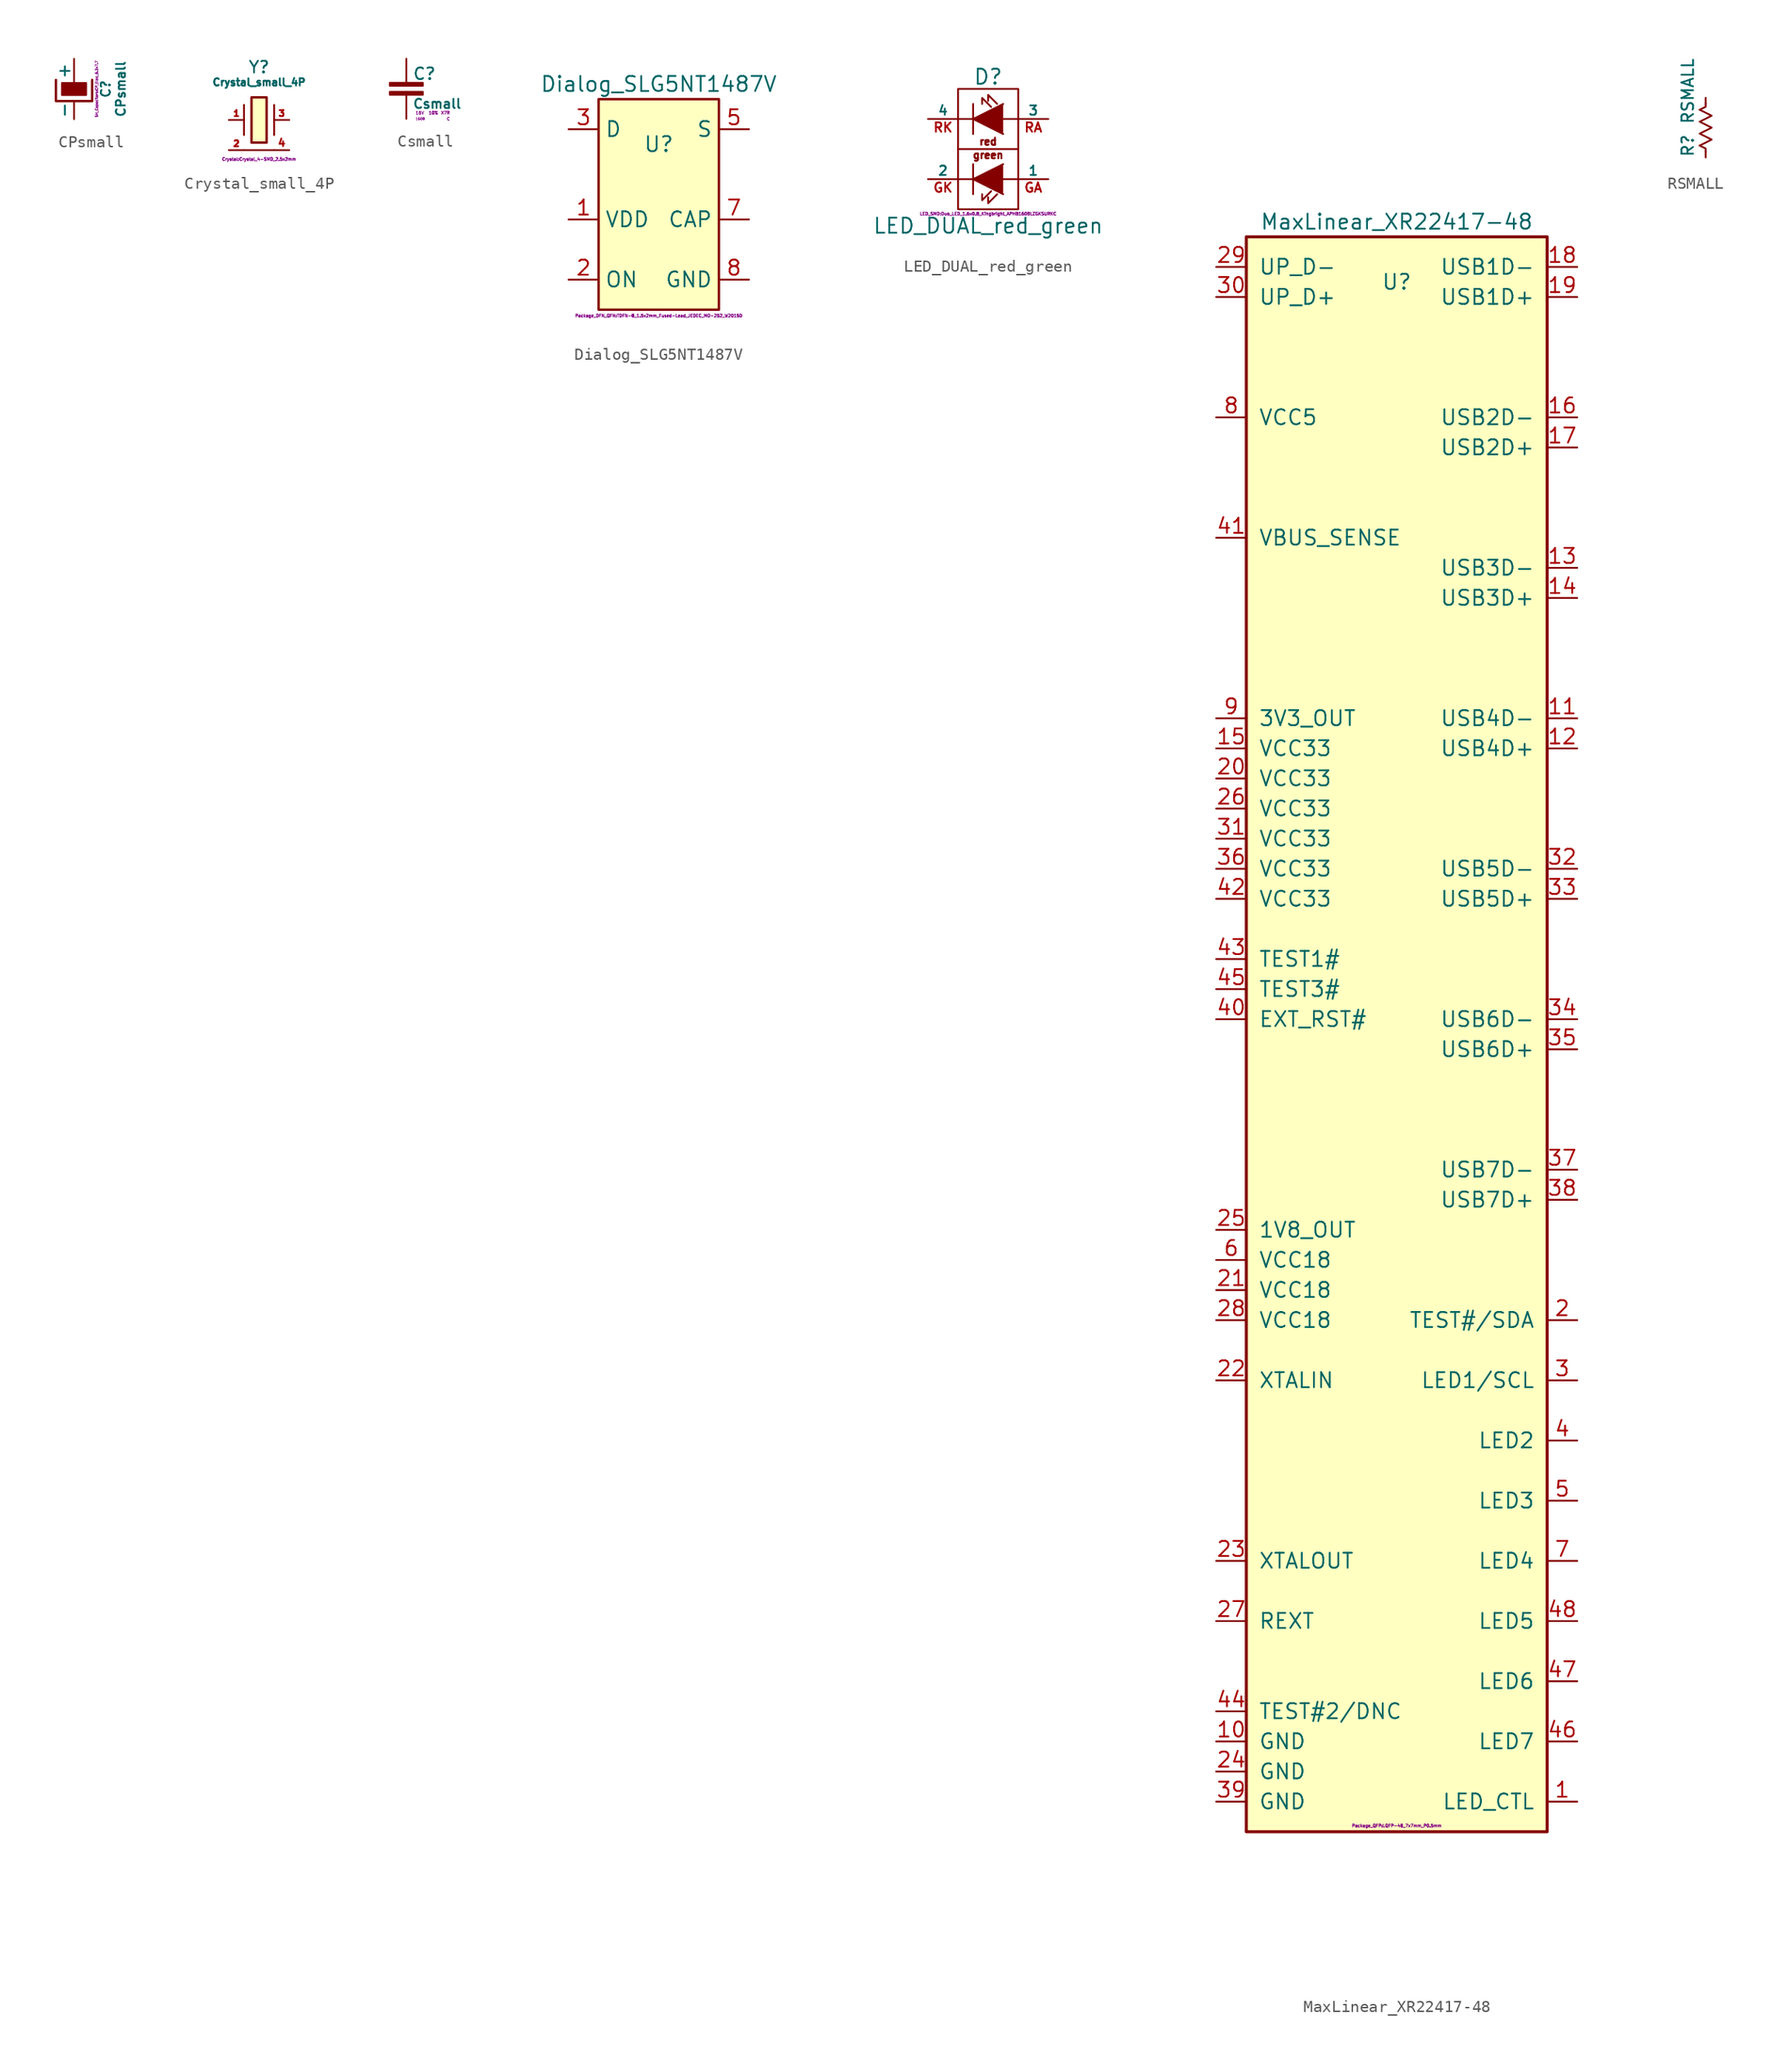
<source format=kicad_sym>
(kicad_symbol_lib
  (version 20220914)
  (generator kicad_symbol_editor)
  (symbol "CPsmall"
    (pin_numbers hide)
    (pin_names
      (offset 0))
    (property "Reference" "C"
      (at 2.667 0 90)
      (effects (font (size 0.762 0.762))))
    (property "Value" "CPsmall"
      (at 3.937 0 90)
      (effects (font (size 0.762 0.762))))
    (property "Footprint" "SH_Capacitors:CP_Elec_6.3x7.7"
      (at 1.905 0 90)
      (effects (font (size 0.203 0.203))))
    (property "Datasheet" ""
      (at 0 0 0)
      (effects (font (size 1.524 1.524))))
    (symbol "CPsmall_0_1"
      (rectangle (start -1.016 0.508) (end 1.016 -0.508) (stroke (width 0) (type default)) (fill (type outline)))
      (polyline (pts (xy 1.524 0.762) (xy 1.524 -1.016) (xy -1.524 -1.016) (xy -1.524 0.762)) (stroke (width 0.203) (type default)) (fill (type none))))
    (symbol "CPsmall_1_1"
      (pin passive line (at 0 2.54 270) (length 2.032) (name "+" (effects (font (size 1.016 1.016)))) (number "1" (effects (font (size 1.016 1.016)))))
      (pin passive line (at 0 -2.54 90) (length 1.524) (name "-" (effects (font (size 1.016 1.016)))) (number "2" (effects (font (size 1.016 1.016)))))))
  (symbol "Crystal_small_4P"
    (pin_names
      (offset 0.025) hide)
    (property "Reference" "Y"
      (at 0 4.445 0)
      (effects (font (size 0.991 0.991))))
    (property "Value" "Crystal_small_4P"
      (at 0 3.175 0)
      (effects (font (size 0.61 0.61))))
    (property "Footprint" "Crystal:Crystal_4-SMD_2.5x2mm"
      (at 0 -3.302 0)
      (effects (font (size 0.254 0.254))))
    (property "Datasheet" ""
      (at 0 0 0)
      (effects (font (size 0.991 0.991))))
    (symbol "Crystal_small_4P_0_1"
      (rectangle (start -0.635 1.905) (end 0.635 -1.905) (stroke (width 0.203) (type default)) (fill (type background)))
      (polyline (pts (xy -1.27 -2.54) (xy 1.27 -2.54)) (stroke (width 0.152) (type default)) (fill (type none)))
      (polyline (pts (xy -1.27 1.27) (xy -1.27 -1.27)) (stroke (width 0) (type default)) (fill (type none)))
      (polyline (pts (xy 1.27 1.27) (xy 1.27 -1.27)) (stroke (width 0) (type default)) (fill (type none))))
    (symbol "Crystal_small_4P_1_1"
      (pin passive line (at -2.54 0 0) (length 1.27) (name "~" (effects (font (size 0.508 0.508)))) (number "1" (effects (font (size 0.508 0.508)))))
      (pin passive line (at -2.54 -2.54 0) (length 1.27) (name "GND" (effects (font (size 0.508 0.508)))) (number "2" (effects (font (size 0.508 0.508)))))
      (pin passive line (at 2.54 0 180) (length 1.27) (name "~" (effects (font (size 0.508 0.508)))) (number "3" (effects (font (size 0.508 0.508)))))
      (pin passive line (at 2.54 -2.54 180) (length 1.27) (name "GND" (effects (font (size 0.61 0.61)))) (number "4" (effects (font (size 0.61 0.61)))))))
  (symbol "Csmall"
    (pin_numbers hide)
    (pin_names
      (offset 0.254))
    (property "Reference" "C"
      (at 0.508 1.27 0)
      (effects (font (size 0.991 0.991)) (justify left)))
    (property "Value" "Csmall"
      (at 0.508 -1.27 0)
      (effects (font (size 0.787 0.787)) (justify left)))
    (property "Voltage" "16V"
      (at 0.762 -2.032 0)
      (effects (font (size 0.254 0.254) bold) (justify left)))
    (property "Tolerance" "10%"
      (at 2.286 -2.032 0)
      (effects (font (size 0.254 0.254))))
    (property "Package" "1608"
      (at 0.762 -2.54 0)
      (effects (font (size 0.203 0.203) bold) (justify left)))
    (property "Footprint_Density" "C"
      (at 3.556 -2.54 0)
      (effects (font (size 0.254 0.254) bold)))
    (property "Dielectric" "X7R"
      (at 3.302 -2.032 0)
      (effects (font (size 0.254 0.254))))
    (symbol "Csmall_0_1"
      (rectangle (start -1.397 -0.254) (end 1.397 -0.508) (stroke (width 0) (type default)) (fill (type outline)))
      (rectangle (start 1.397 0.508) (end -1.397 0.254) (stroke (width 0) (type default)) (fill (type outline))))
    (symbol "Csmall_1_1"
      (pin passive line (at 0 2.54 270) (length 2.286) (name "~" (effects (font (size 1.016 1.016)))) (number "1" (effects (font (size 1.016 1.016)))))
      (pin passive line (at 0 -2.54 90) (length 2.286) (name "~" (effects (font (size 1.016 1.016)))) (number "2" (effects (font (size 1.016 1.016)))))))
  (symbol "Dialog_SLG5NT1487V"
    (property "Reference" "U"
      (at 0 3.81 0)
      (effects (font (size 1.27 1.27))))
    (property "Value" "Dialog_SLG5NT1487V"
      (at 0 8.89 0)
      (effects (font (size 1.27 1.27))))
    (property "Footprint" "Package_DFN_QFN:TDFN-8_1.5x2mm_Fused-Lead_JEDEC_MO-252_W2015D"
      (at 0 -10.668 0)
      (effects (font (size 0.25 0.25))))
    (symbol "Dialog_SLG5NT1487V_0_1"
      (rectangle (start -5.08 7.62) (end 5.08 -10.16) (stroke (width 0.203) (type default)) (fill (type background))))
    (symbol "Dialog_SLG5NT1487V_1_1"
      (pin power_in line (at -7.62 -2.54 0) (length 2.54) (name "VDD" (effects (font (size 1.27 1.27)))) (number "1" (effects (font (size 1.27 1.27)))))
      (pin input line (at -7.62 -7.62 0) (length 2.54) (name "ON" (effects (font (size 1.27 1.27)))) (number "2" (effects (font (size 1.27 1.27)))))
      (pin power_in line (at -7.62 5.08 0) (length 2.54) (name "D" (effects (font (size 1.27 1.27)))) (number "3" (effects (font (size 1.27 1.27)))))
      (pin power_out line (at 7.62 5.08 180) (length 2.54) (name "S" (effects (font (size 1.27 1.27)))) (number "5" (effects (font (size 1.27 1.27)))))
      (pin input line (at 7.62 -2.54 180) (length 2.54) (name "CAP" (effects (font (size 1.27 1.27)))) (number "7" (effects (font (size 1.27 1.27)))))
      (pin passive line (at 7.62 -7.62 180) (length 2.54) (name "GND" (effects (font (size 1.27 1.27)))) (number "8" (effects (font (size 1.27 1.27)))))))
  (symbol "LED_DUAL_red_green"
    (pin_names
      (offset 0))
    (property "Reference" "D"
      (at 0 6.096 0)
      (effects (font (size 1.27 1.27))))
    (property "Value" "LED_DUAL_red_green"
      (at 0 -6.477 0)
      (effects (font (size 1.27 1.27))))
    (property "Footprint" "LED_SMD:Duo_LED_1.6x0.8_Kingbright_APHB1608LZGKSURKC"
      (at 0 -5.461 0)
      (effects (font (size 0.254 0.254))))
    (property "Datasheet" ""
      (at 0 -2.54 0)
      (effects (font (size 1.27 1.27))))
    (symbol "LED_DUAL_red_green_0_0"
      (polyline (pts (xy 2.54 0) (xy -2.54 0)) (stroke (width 0) (type default)) (fill (type none)))
      (text "green" (at 0 -0.508 0) (effects (font (size 0.61 0.61))))
      (text "red" (at 0 0.635 0) (effects (font (size 0.61 0.61)))))
    (symbol "LED_DUAL_red_green_0_1"
      (rectangle (start -2.54 5.08) (end 2.54 -5.08) (stroke (width 0) (type default)) (fill (type none)))
      (polyline (pts (xy -2.54 2.54) (xy -1.27 2.54)) (stroke (width 0) (type default)) (fill (type none)))
      (polyline (pts (xy -1.27 -2.54) (xy -2.54 -2.54)) (stroke (width 0) (type default)) (fill (type none)))
      (polyline (pts (xy -1.27 -1.27) (xy -1.27 -3.81)) (stroke (width 0) (type default)) (fill (type none)))
      (polyline (pts (xy -1.27 1.27) (xy -1.27 3.81)) (stroke (width 0) (type default)) (fill (type none)))
      (polyline (pts (xy -0.508 4.064) (xy -0.508 3.81)) (stroke (width 0) (type default)) (fill (type none)))
      (polyline (pts (xy 0 4.318) (xy 0 4.064)) (stroke (width 0) (type default)) (fill (type none)))
      (polyline (pts (xy 2.54 -2.54) (xy 1.27 -2.54)) (stroke (width 0) (type default)) (fill (type none)))
      (polyline (pts (xy 2.54 2.54) (xy 1.27 2.54)) (stroke (width 0) (type default)) (fill (type none)))
      (polyline (pts (xy 0.254 -3.556) (xy -0.508 -4.318) (xy -0.508 -3.81)) (stroke (width 0) (type default)) (fill (type none)))
      (polyline (pts (xy 0.254 3.556) (xy -0.508 4.318) (xy -0.508 4.064)) (stroke (width 0) (type default)) (fill (type none)))
      (polyline (pts (xy 0.762 -3.81) (xy 0 -4.572) (xy 0 -4.064)) (stroke (width 0) (type default)) (fill (type none)))
      (polyline (pts (xy 0.762 3.81) (xy 0 4.572) (xy 0 4.318)) (stroke (width 0) (type default)) (fill (type none)))
      (polyline (pts (xy 1.27 -1.27) (xy -1.27 -2.54) (xy 1.27 -3.81)) (stroke (width 0) (type default)) (fill (type outline)))
      (polyline (pts (xy 1.27 1.27) (xy -1.27 2.54) (xy 1.27 3.81)) (stroke (width 0) (type default)) (fill (type outline))))
    (symbol "LED_DUAL_red_green_1_1"
      (pin passive line (at 5.08 -2.54 180) (length 2.54) (name "1" (effects (font (size 0.787 0.787)))) (number "GA" (effects (font (size 0.787 0.787)))))
      (pin passive line (at -5.08 -2.54 0) (length 2.54) (name "2" (effects (font (size 0.787 0.787)))) (number "GK" (effects (font (size 0.787 0.787)))))
      (pin passive line (at 5.08 2.54 180) (length 2.54) (name "3" (effects (font (size 0.787 0.787)))) (number "RA" (effects (font (size 0.787 0.787)))))
      (pin passive line (at -5.08 2.54 0) (length 2.54) (name "4" (effects (font (size 0.787 0.787)))) (number "RK" (effects (font (size 0.787 0.787)))))))
  (symbol "MaxLinear_XR22417-48"
    (pin_names
      (offset 1.016))
    (property "Reference" "U"
      (at 0 59.69 0)
      (effects (font (size 1.27 1.27))))
    (property "Value" "MaxLinear_XR22417-48"
      (at 0 64.77 0)
      (effects (font (size 1.27 1.27))))
    (property "Footprint" "Package_QFP:LQFP-48_7x7mm_P0.5mm"
      (at 0 -70.612 0)
      (effects (font (size 0.25 0.25))))
    (symbol "MaxLinear_XR22417-48_0_1"
      (rectangle (start -12.7 63.5) (end 12.7 -71.12) (stroke (width 0.254) (type default)) (fill (type background))))
    (symbol "MaxLinear_XR22417-48_1_1"
      (pin output line (at 15.24 -68.58 180) (length 2.54) (name "LED_CTL" (effects (font (size 1.27 1.27)))) (number "1" (effects (font (size 1.27 1.27)))))
      (pin passive line (at -15.24 -63.5 0) (length 2.54) (name "GND" (effects (font (size 1.27 1.27)))) (number "10" (effects (font (size 1.27 1.27)))))
      (pin bidirectional line (at 15.24 22.86 180) (length 2.54) (name "USB4D-" (effects (font (size 1.27 1.27)))) (number "11" (effects (font (size 1.27 1.27)))))
      (pin bidirectional line (at 15.24 20.32 180) (length 2.54) (name "USB4D+" (effects (font (size 1.27 1.27)))) (number "12" (effects (font (size 1.27 1.27)))))
      (pin bidirectional line (at 15.24 35.56 180) (length 2.54) (name "USB3D-" (effects (font (size 1.27 1.27)))) (number "13" (effects (font (size 1.27 1.27)))))
      (pin bidirectional line (at 15.24 33.02 180) (length 2.54) (name "USB3D+" (effects (font (size 1.27 1.27)))) (number "14" (effects (font (size 1.27 1.27)))))
      (pin power_in line (at -15.24 20.32 0) (length 2.54) (name "VCC33" (effects (font (size 1.27 1.27)))) (number "15" (effects (font (size 1.27 1.27)))))
      (pin bidirectional line (at 15.24 48.26 180) (length 2.54) (name "USB2D-" (effects (font (size 1.27 1.27)))) (number "16" (effects (font (size 1.27 1.27)))))
      (pin bidirectional line (at 15.24 45.72 180) (length 2.54) (name "USB2D+" (effects (font (size 1.27 1.27)))) (number "17" (effects (font (size 1.27 1.27)))))
      (pin bidirectional line (at 15.24 60.96 180) (length 2.54) (name "USB1D-" (effects (font (size 1.27 1.27)))) (number "18" (effects (font (size 1.27 1.27)))))
      (pin bidirectional line (at 15.24 58.42 180) (length 2.54) (name "USB1D+" (effects (font (size 1.27 1.27)))) (number "19" (effects (font (size 1.27 1.27)))))
      (pin bidirectional line (at 15.24 -27.94 180) (length 2.54) (name "TEST#/SDA" (effects (font (size 1.27 1.27)))) (number "2" (effects (font (size 1.27 1.27)))))
      (pin power_in line (at -15.24 17.78 0) (length 2.54) (name "VCC33" (effects (font (size 1.27 1.27)))) (number "20" (effects (font (size 1.27 1.27)))))
      (pin power_in line (at -15.24 -25.4 0) (length 2.54) (name "VCC18" (effects (font (size 1.27 1.27)))) (number "21" (effects (font (size 1.27 1.27)))))
      (pin input line (at -15.24 -33.02 0) (length 2.54) (name "XTALIN" (effects (font (size 1.27 1.27)))) (number "22" (effects (font (size 1.27 1.27)))))
      (pin output line (at -15.24 -48.26 0) (length 2.54) (name "XTALOUT" (effects (font (size 1.27 1.27)))) (number "23" (effects (font (size 1.27 1.27)))))
      (pin passive line (at -15.24 -66.04 0) (length 2.54) (name "GND" (effects (font (size 1.27 1.27)))) (number "24" (effects (font (size 1.27 1.27)))))
      (pin power_out line (at -15.24 -20.32 0) (length 2.54) (name "1V8_OUT" (effects (font (size 1.27 1.27)))) (number "25" (effects (font (size 1.27 1.27)))))
      (pin power_in line (at -15.24 15.24 0) (length 2.54) (name "VCC33" (effects (font (size 1.27 1.27)))) (number "26" (effects (font (size 1.27 1.27)))))
      (pin input line (at -15.24 -53.34 0) (length 2.54) (name "REXT" (effects (font (size 1.27 1.27)))) (number "27" (effects (font (size 1.27 1.27)))))
      (pin power_in line (at -15.24 -27.94 0) (length 2.54) (name "VCC18" (effects (font (size 1.27 1.27)))) (number "28" (effects (font (size 1.27 1.27)))))
      (pin bidirectional line (at -15.24 60.96 0) (length 2.54) (name "UP_D-" (effects (font (size 1.27 1.27)))) (number "29" (effects (font (size 1.27 1.27)))))
      (pin bidirectional line (at 15.24 -33.02 180) (length 2.54) (name "LED1/SCL" (effects (font (size 1.27 1.27)))) (number "3" (effects (font (size 1.27 1.27)))))
      (pin bidirectional line (at -15.24 58.42 0) (length 2.54) (name "UP_D+" (effects (font (size 1.27 1.27)))) (number "30" (effects (font (size 1.27 1.27)))))
      (pin power_in line (at -15.24 12.7 0) (length 2.54) (name "VCC33" (effects (font (size 1.27 1.27)))) (number "31" (effects (font (size 1.27 1.27)))))
      (pin bidirectional line (at 15.24 10.16 180) (length 2.54) (name "USB5D-" (effects (font (size 1.27 1.27)))) (number "32" (effects (font (size 1.27 1.27)))))
      (pin bidirectional line (at 15.24 7.62 180) (length 2.54) (name "USB5D+" (effects (font (size 1.27 1.27)))) (number "33" (effects (font (size 1.27 1.27)))))
      (pin bidirectional line (at 15.24 -2.54 180) (length 2.54) (name "USB6D-" (effects (font (size 1.27 1.27)))) (number "34" (effects (font (size 1.27 1.27)))))
      (pin bidirectional line (at 15.24 -5.08 180) (length 2.54) (name "USB6D+" (effects (font (size 1.27 1.27)))) (number "35" (effects (font (size 1.27 1.27)))))
      (pin power_in line (at -15.24 10.16 0) (length 2.54) (name "VCC33" (effects (font (size 1.27 1.27)))) (number "36" (effects (font (size 1.27 1.27)))))
      (pin bidirectional line (at 15.24 -15.24 180) (length 2.54) (name "USB7D-" (effects (font (size 1.27 1.27)))) (number "37" (effects (font (size 1.27 1.27)))))
      (pin bidirectional line (at 15.24 -17.78 180) (length 2.54) (name "USB7D+" (effects (font (size 1.27 1.27)))) (number "38" (effects (font (size 1.27 1.27)))))
      (pin passive line (at -15.24 -68.58 0) (length 2.54) (name "GND" (effects (font (size 1.27 1.27)))) (number "39" (effects (font (size 1.27 1.27)))))
      (pin output line (at 15.24 -38.1 180) (length 2.54) (name "LED2" (effects (font (size 1.27 1.27)))) (number "4" (effects (font (size 1.27 1.27)))))
      (pin input line (at -15.24 -2.54 0) (length 2.54) (name "EXT_RST#" (effects (font (size 1.27 1.27)))) (number "40" (effects (font (size 1.27 1.27)))))
      (pin input line (at -15.24 38.1 0) (length 2.54) (name "VBUS_SENSE" (effects (font (size 1.27 1.27)))) (number "41" (effects (font (size 1.27 1.27)))))
      (pin power_in line (at -15.24 7.62 0) (length 2.54) (name "VCC33" (effects (font (size 1.27 1.27)))) (number "42" (effects (font (size 1.27 1.27)))))
      (pin input line (at -15.24 2.54 0) (length 2.54) (name "TEST1#" (effects (font (size 1.27 1.27)))) (number "43" (effects (font (size 1.27 1.27)))))
      (pin output line (at -15.24 -60.96 0) (length 2.54) (name "TEST#2/DNC" (effects (font (size 1.27 1.27)))) (number "44" (effects (font (size 1.27 1.27)))))
      (pin input line (at -15.24 0 0) (length 2.54) (name "TEST3#" (effects (font (size 1.27 1.27)))) (number "45" (effects (font (size 1.27 1.27)))))
      (pin output line (at 15.24 -63.5 180) (length 2.54) (name "LED7" (effects (font (size 1.27 1.27)))) (number "46" (effects (font (size 1.27 1.27)))))
      (pin output line (at 15.24 -58.42 180) (length 2.54) (name "LED6" (effects (font (size 1.27 1.27)))) (number "47" (effects (font (size 1.27 1.27)))))
      (pin output line (at 15.24 -53.34 180) (length 2.54) (name "LED5" (effects (font (size 1.27 1.27)))) (number "48" (effects (font (size 1.27 1.27)))))
      (pin output line (at 15.24 -43.18 180) (length 2.54) (name "LED3" (effects (font (size 1.27 1.27)))) (number "5" (effects (font (size 1.27 1.27)))))
      (pin power_in line (at -15.24 -22.86 0) (length 2.54) (name "VCC18" (effects (font (size 1.27 1.27)))) (number "6" (effects (font (size 1.27 1.27)))))
      (pin output line (at 15.24 -48.26 180) (length 2.54) (name "LED4" (effects (font (size 1.27 1.27)))) (number "7" (effects (font (size 1.27 1.27)))))
      (pin power_in line (at -15.24 48.26 0) (length 2.54) (name "VCC5" (effects (font (size 1.27 1.27)))) (number "8" (effects (font (size 1.27 1.27)))))
      (pin power_out line (at -15.24 22.86 0) (length 2.54) (name "3V3_OUT" (effects (font (size 1.27 1.27)))) (number "9" (effects (font (size 1.27 1.27)))))))
  (symbol "RSMALL"
    (pin_numbers hide)
    (pin_names
      (offset 0))
    (property "Reference" "R"
      (at -1.524 -0.508 90)
      (effects (font (size 0.991 0.991)) (justify right)))
    (property "Value" "RSMALL"
      (at -1.524 0.254 90)
      (effects (font (size 0.991 0.991)) (justify left)))
    (symbol "RSMALL_0_1"
      (polyline (pts (xy -0.508 -1.524) (xy 0 -1.778) (xy 0 -2.032)) (stroke (width 0) (type default)) (fill (type none)))
      (polyline (pts (xy -0.508 1.524) (xy 0 1.778) (xy 0 2.032)) (stroke (width 0) (type default)) (fill (type none)))
      (polyline (pts (xy -0.508 -1.524) (xy 0.508 -1.016) (xy -0.508 -0.508) (xy 0.508 0) (xy -0.508 0.508) (xy 0.508 1.016) (xy -0.508 1.524)) (stroke (width 0) (type default)) (fill (type none))))
    (symbol "RSMALL_1_1"
      (pin passive line (at 0 2.54 270) (length 0.508) (name "~" (effects (font (size 1.524 1.524)))) (number "1" (effects (font (size 1.524 1.524)))))
      (pin passive line (at 0 -2.54 90) (length 0.508) (name "~" (effects (font (size 1.524 1.524)))) (number "2" (effects (font (size 1.524 1.524))))))))
</source>
